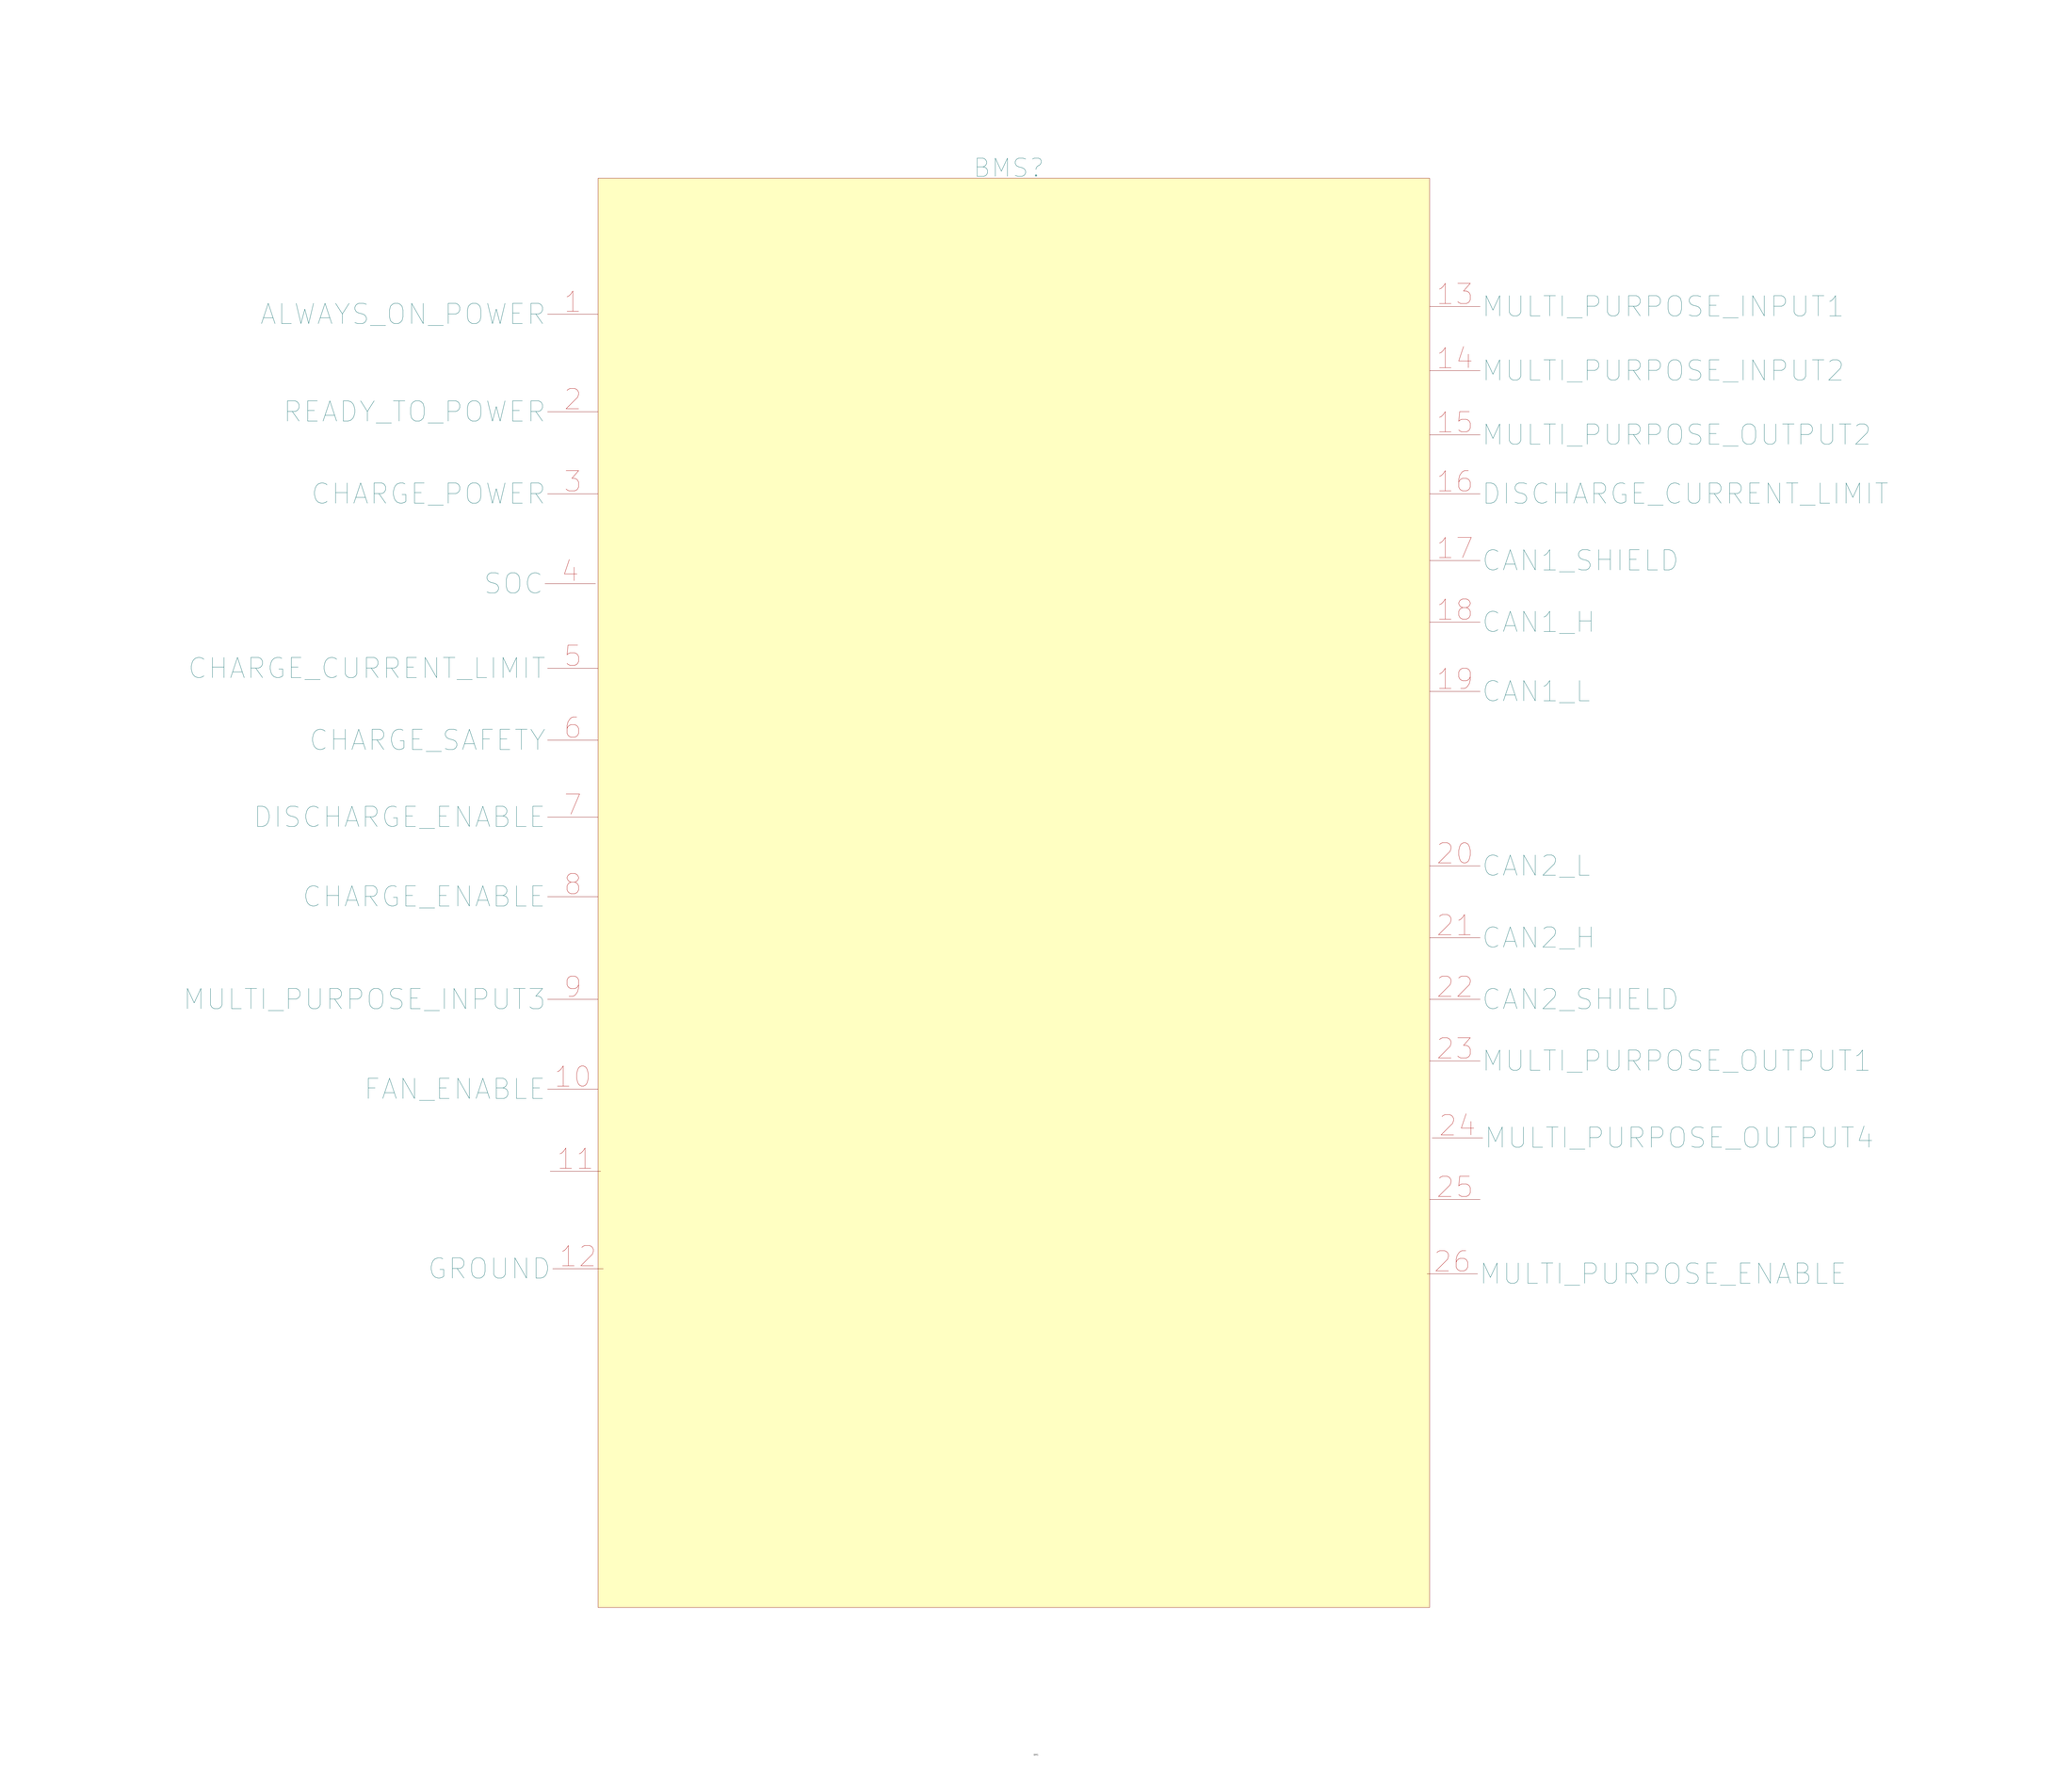
<source format=kicad_sym>
(kicad_symbol_lib
  (version 20231120)
  (generator "kicad_symbol_editor")
  (generator_version "8.0")
  (symbol "BMS"
    (property "Reference" "BMS"
      (at 0 0 0)
      (effects (font (size 9 9))))
    (property "Value" ""
      (at 0 0 0)
      (effects (font (size 1.27 1.27))))
    (symbol "BMS_1_1"
      (rectangle (start -203.2 -5.08) (end 208.28 -712.47) (stroke (width 0) (type solid)) (fill (type background)))
      (pin input line (at -203.2 -72.39 180) (length 25) (name "ALWAYS_ON_POWER" (effects (font (size 10 10)))) (number "1" (effects (font (size 10 10)))))
      (pin output line (at -203.2 -455.93 180) (length 25) (name "FAN_ENABLE" (effects (font (size 10 10)))) (number "10" (effects (font (size 10 10)))))
      (pin input line (at -201.93 -496.57 180) (length 25) (name "" (effects (font (size 10 10)))) (number "11" (effects (font (size 10 10)))))
      (pin input line (at -200.66 -544.83 180) (length 25) (name "GROUND" (effects (font (size 10 10)))) (number "12" (effects (font (size 10 10)))))
      (pin input line (at 208.28 -68.58 0) (length 25) (name "MULTI_PURPOSE_INPUT1" (effects (font (size 10 10)))) (number "13" (effects (font (size 10 10)))))
      (pin input line (at 208.28 -100.33 0) (length 25) (name "MULTI_PURPOSE_INPUT2" (effects (font (size 10 10)))) (number "14" (effects (font (size 10 10)))))
      (pin output line (at 208.28 -132.08 0) (length 25) (name "MULTI_PURPOSE_OUTPUT2" (effects (font (size 10 10)))) (number "15" (effects (font (size 10 10)))))
      (pin input line (at 208.28 -161.29 0) (length 25) (name "DISCHARGE_CURRENT_LIMIT" (effects (font (size 10 10)))) (number "16" (effects (font (size 10 10)))))
      (pin input line (at 208.28 -194.31 0) (length 25) (name "CAN1_SHIELD" (effects (font (size 10 10)))) (number "17" (effects (font (size 10 10)))))
      (pin input line (at 208.28 -224.79 0) (length 25) (name "CAN1_H" (effects (font (size 10 10)))) (number "18" (effects (font (size 10 10)))))
      (pin input line (at 208.28 -259.08 0) (length 25) (name "CAN1_L" (effects (font (size 10 10)))) (number "19" (effects (font (size 10 10)))))
      (pin input line (at -203.2 -120.65 180) (length 25) (name "READY_TO_POWER" (effects (font (size 10 10)))) (number "2" (effects (font (size 10 10)))))
      (pin input line (at 208.28 -345.44 0) (length 25) (name "CAN2_L" (effects (font (size 10 10)))) (number "20" (effects (font (size 10 10)))))
      (pin input line (at 208.28 -381 0) (length 25) (name "CAN2_H" (effects (font (size 10 10)))) (number "21" (effects (font (size 10 10)))))
      (pin input line (at 208.28 -411.48 0) (length 25) (name "CAN2_SHIELD" (effects (font (size 10 10)))) (number "22" (effects (font (size 10 10)))))
      (pin output line (at 208.28 -441.96 0) (length 25) (name "MULTI_PURPOSE_OUTPUT1" (effects (font (size 10 10)))) (number "23" (effects (font (size 10 10)))))
      (pin output line (at 209.55 -480.06 0) (length 25) (name "MULTI_PURPOSE_OUTPUT4" (effects (font (size 10 10)))) (number "24" (effects (font (size 10 10)))))
      (pin output line (at 208.28 -510.54 0) (length 25) (name "" (effects (font (size 10 10)))) (number "25" (effects (font (size 10 10)))))
      (pin output line (at 207.01 -547.37 0) (length 25) (name "MULTI_PURPOSE_ENABLE" (effects (font (size 10 10)))) (number "26" (effects (font (size 10 10)))))
      (pin input line (at -203.2 -161.29 180) (length 25) (name "CHARGE_POWER" (effects (font (size 10 10)))) (number "3" (effects (font (size 10 10)))))
      (pin input line (at -204.47 -205.74 180) (length 25) (name "SOC" (effects (font (size 10 10)))) (number "4" (effects (font (size 10 10)))))
      (pin input line (at -203.2 -247.65 180) (length 25) (name "CHARGE_CURRENT_LIMIT" (effects (font (size 10 10)))) (number "5" (effects (font (size 10 10)))))
      (pin input line (at -203.2 -283.21 180) (length 25) (name "CHARGE_SAFETY" (effects (font (size 10 10)))) (number "6" (effects (font (size 10 10)))))
      (pin input line (at -203.2 -321.31 180) (length 25) (name "DISCHARGE_ENABLE" (effects (font (size 10 10)))) (number "7" (effects (font (size 10 10)))))
      (pin input line (at -203.2 -360.68 180) (length 25) (name "CHARGE_ENABLE" (effects (font (size 10 10)))) (number "8" (effects (font (size 10 10)))))
      (pin input line (at -203.2 -411.48 180) (length 25) (name "MULTI_PURPOSE_INPUT3" (effects (font (size 10 10)))) (number "9" (effects (font (size 10 10))))))))
</source>
